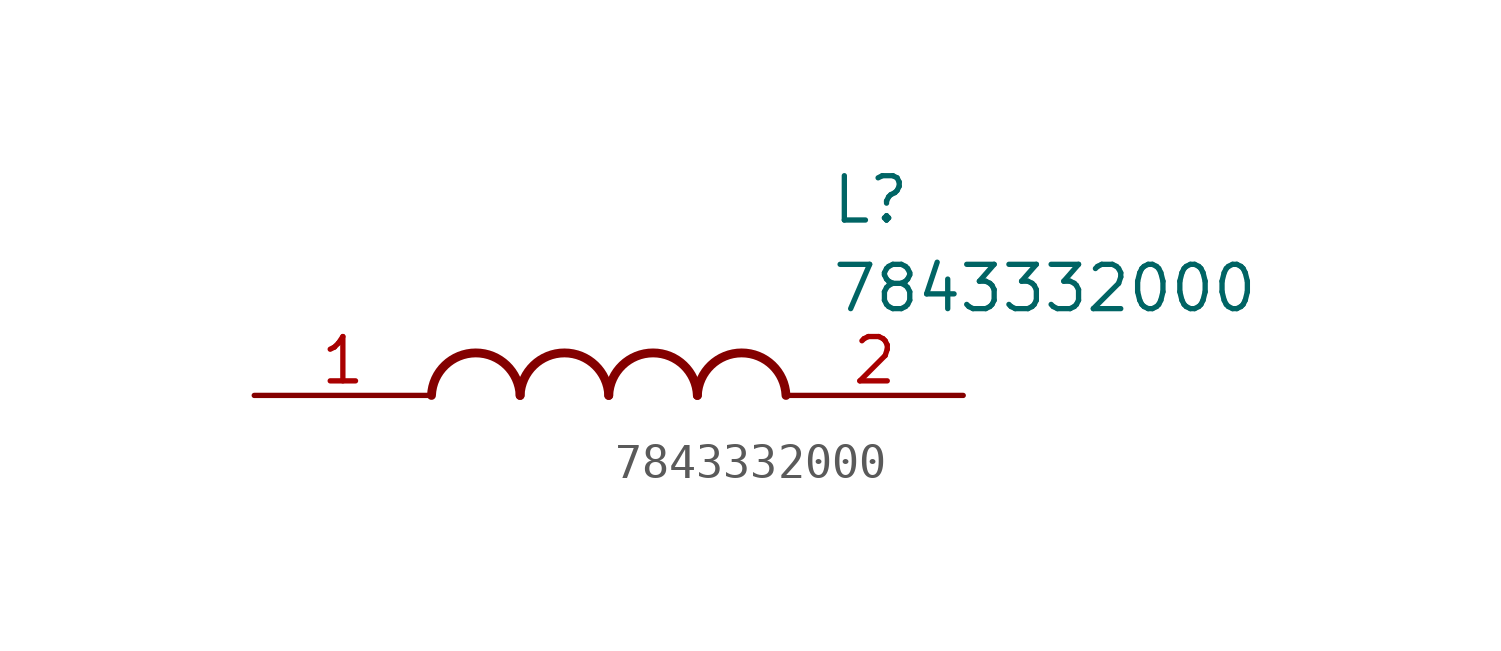
<source format=kicad_sym>
(kicad_symbol_lib
  (version 20211014)
  (generator SamacSys_ECAD_Model)
  (symbol "7843332000"
    (pin_names hide)
    (property "Reference" "L"
      (at 16.51 6.35 0)
      (effects (font (size 1.27 1.27)) (justify left top)))
    (property "Value" "7843332000"
      (at 16.51 3.81 0)
      (effects (font (size 1.27 1.27)) (justify left top)))
    (arc
      (start 7.62 0)
      (mid 6.35 1.219)
      (end 5.08 0)
      (stroke (width 0.254) (type default))
      (fill (type none)))
    (arc
      (start 10.16 0)
      (mid 8.89 1.219)
      (end 7.62 0)
      (stroke (width 0.254) (type default))
      (fill (type none)))
    (arc
      (start 12.7 0)
      (mid 11.43 1.219)
      (end 10.16 0)
      (stroke (width 0.254) (type default))
      (fill (type none)))
    (arc
      (start 15.24 0)
      (mid 13.97 1.219)
      (end 12.7 0)
      (stroke (width 0.254) (type default))
      (fill (type none)))
    (pin passive line
      (at 0 0 0)
      (length 5.08)
      (name "1" (effects (font (size 1.27 1.27))))
      (number "1" (effects (font (size 1.27 1.27)))))
    (pin passive line
      (at 20.32 0 180)
      (length 5.08)
      (name "2" (effects (font (size 1.27 1.27))))
      (number "2" (effects (font (size 1.27 1.27)))))))
</source>
